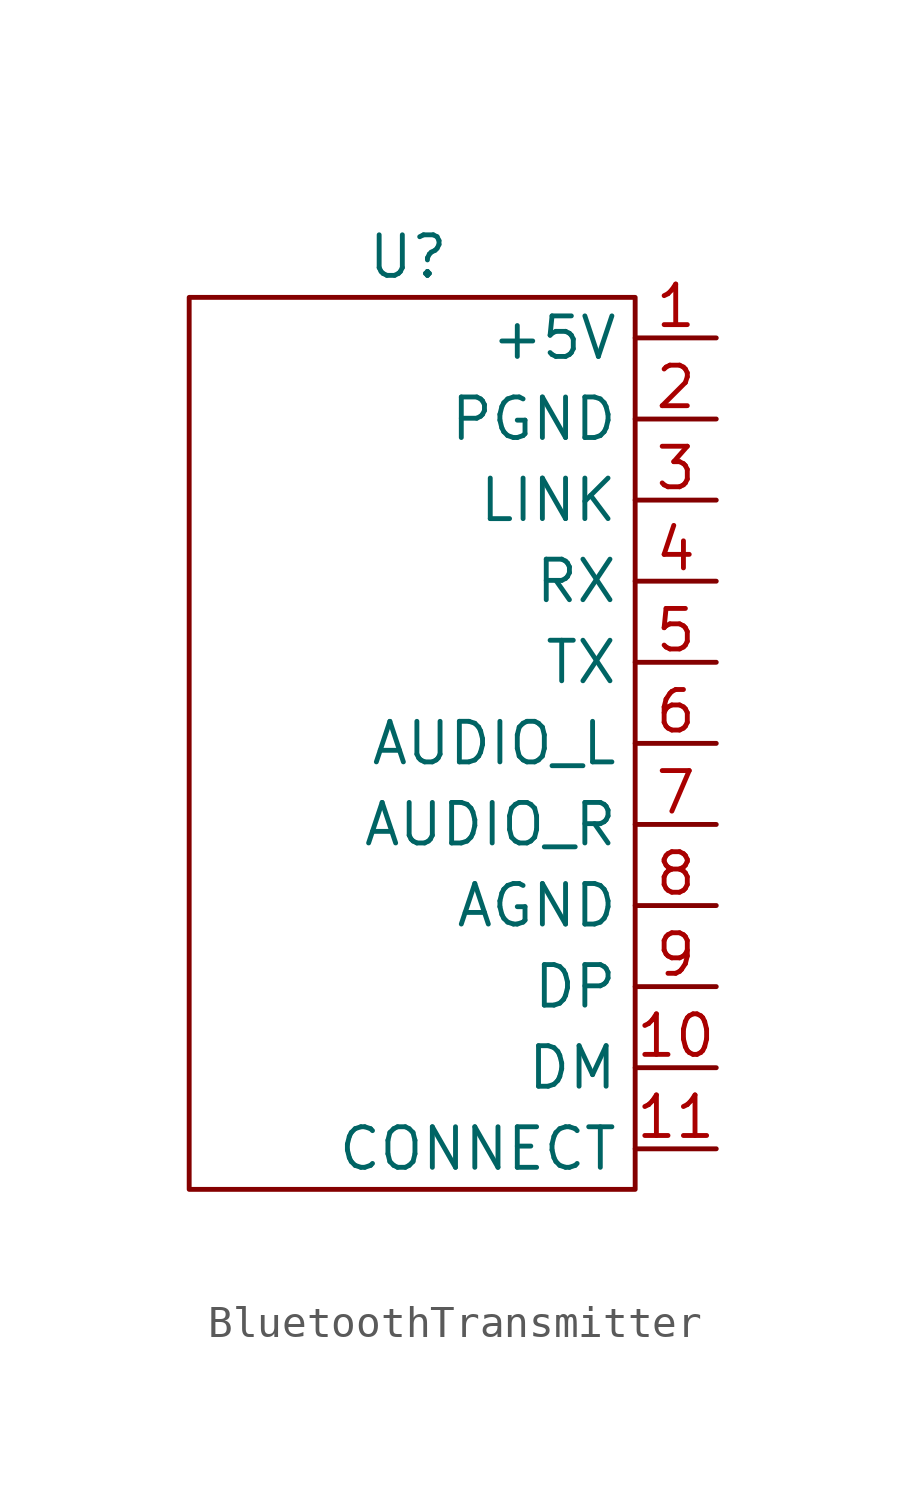
<source format=kicad_sym>
(kicad_symbol_lib
  (version 20241209)
  (generator "kicad_symbol_editor")
  (generator_version "9.0")
  (symbol "BluetoothTransmitter"
    (property "Reference" "U"
      (at 6.858 29.21 0)
      (effects (font (size 1.27 1.27))))
    (property "Value" ""
      (at 0 0 0)
      (effects (font (size 1.27 1.27))))
    (symbol "BluetoothTransmitter_0_1"
      (rectangle (start 13.97 27.94) (end 0 0) (stroke (width 0) (type default)) (fill (type none))))
    (symbol "BluetoothTransmitter_1_1"
      (pin power_in line (at 16.51 26.67 180) (length 2.54) (name "+5V" (effects (font (size 1.27 1.27)))) (number "1" (effects (font (size 1.27 1.27)))))
      (pin power_out line (at 16.51 24.13 180) (length 2.54) (name "PGND" (effects (font (size 1.27 1.27)))) (number "2" (effects (font (size 1.27 1.27)))))
      (pin output line (at 16.51 21.59 180) (length 2.54) (name "LINK" (effects (font (size 1.27 1.27)))) (number "3" (effects (font (size 1.27 1.27)))))
      (pin input line (at 16.51 19.05 180) (length 2.54) (name "RX" (effects (font (size 1.27 1.27)))) (number "4" (effects (font (size 1.27 1.27)))))
      (pin output line (at 16.51 16.51 180) (length 2.54) (name "TX" (effects (font (size 1.27 1.27)))) (number "5" (effects (font (size 1.27 1.27)))))
      (pin input line (at 16.51 13.97 180) (length 2.54) (name "AUDIO_L" (effects (font (size 1.27 1.27)))) (number "6" (effects (font (size 1.27 1.27)))))
      (pin input line (at 16.51 11.43 180) (length 2.54) (name "AUDIO_R" (effects (font (size 1.27 1.27)))) (number "7" (effects (font (size 1.27 1.27)))))
      (pin power_out line (at 16.51 8.89 180) (length 2.54) (name "AGND" (effects (font (size 1.27 1.27)))) (number "8" (effects (font (size 1.27 1.27)))))
      (pin bidirectional line (at 16.51 6.35 180) (length 2.54) (name "DP" (effects (font (size 1.27 1.27)))) (number "9" (effects (font (size 1.27 1.27)))))
      (pin bidirectional line (at 16.51 3.81 180) (length 2.54) (name "DM" (effects (font (size 1.27 1.27)))) (number "10" (effects (font (size 1.27 1.27)))))
      (pin input line (at 16.51 1.27 180) (length 2.54) (name "CONNECT" (effects (font (size 1.27 1.27)))) (number "11" (effects (font (size 1.27 1.27))))))))
</source>
